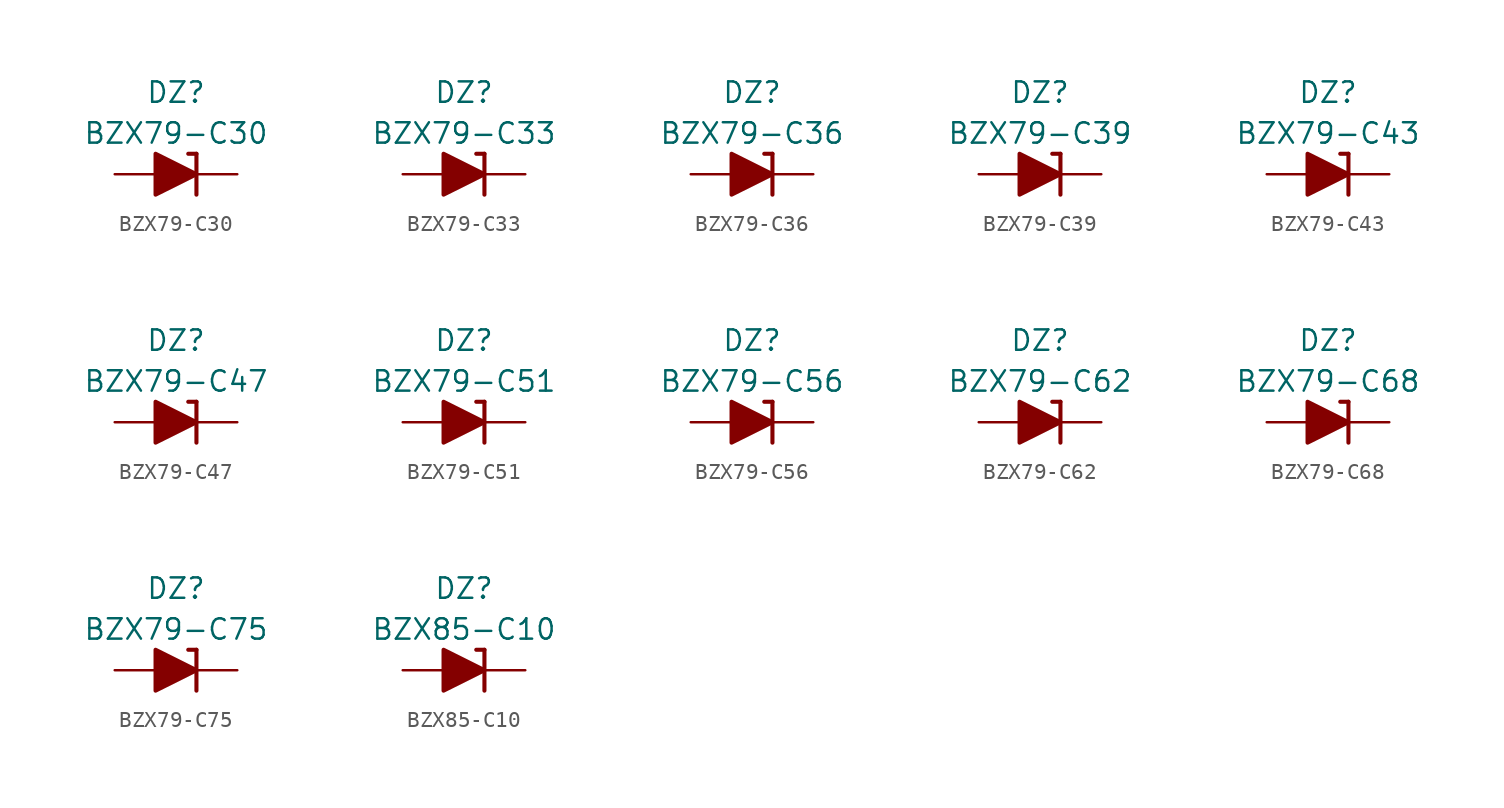
<source format=kicad_sym>
(kicad_symbol_lib
  (version 20211014)
  (generator kicad_symbol_editor)
  (symbol "BZX79-C30"
    (pin_numbers hide)
    (pin_names
      (offset 1.016) hide)
    (property "Reference" "DZ"
      (at 0 5.08 0)
      (effects (font (size 1.27 1.27))))
    (property "Value" "BZX79-C30"
      (at 0 2.54 0)
      (effects (font (size 1.27 1.27))))
    (symbol "BZX79-C30_0_1"
      (polyline (pts (xy -1.27 0) (xy 1.27 0)) (stroke (width 0) (type default) (color 0 0 0 0)) (fill (type none)))
      (polyline (pts (xy 1.27 1.27) (xy 0.762 1.27)) (stroke (width 0.254) (type default) (color 0 0 0 0)) (fill (type none)))
      (polyline (pts (xy 1.27 1.27) (xy 1.27 -1.27)) (stroke (width 0.254) (type default) (color 0 0 0 0)) (fill (type none)))
      (polyline (pts (xy -1.27 -1.27) (xy -1.27 1.27) (xy 1.27 0) (xy -1.27 -1.27)) (stroke (width 0.254) (type default) (color 0 0 0 0)) (fill (type outline))))
    (symbol "BZX79-C30_1_1"
      (pin passive line (at 3.81 0 180) (length 2.54) (name "K" (effects (font (size 1.27 1.27)))) (number "1" (effects (font (size 1.27 1.27)))))
      (pin passive line (at -3.81 0 0) (length 2.54) (name "A" (effects (font (size 1.27 1.27)))) (number "2" (effects (font (size 1.27 1.27)))))))
  (symbol "BZX79-C33"
    (pin_numbers hide)
    (pin_names
      (offset 1.016) hide)
    (property "Reference" "DZ"
      (at 0 5.08 0)
      (effects (font (size 1.27 1.27))))
    (property "Value" "BZX79-C33"
      (at 0 2.54 0)
      (effects (font (size 1.27 1.27))))
    (symbol "BZX79-C33_0_1"
      (polyline (pts (xy -1.27 0) (xy 1.27 0)) (stroke (width 0) (type default) (color 0 0 0 0)) (fill (type none)))
      (polyline (pts (xy 1.27 1.27) (xy 0.762 1.27)) (stroke (width 0.254) (type default) (color 0 0 0 0)) (fill (type none)))
      (polyline (pts (xy 1.27 1.27) (xy 1.27 -1.27)) (stroke (width 0.254) (type default) (color 0 0 0 0)) (fill (type none)))
      (polyline (pts (xy -1.27 -1.27) (xy -1.27 1.27) (xy 1.27 0) (xy -1.27 -1.27)) (stroke (width 0.254) (type default) (color 0 0 0 0)) (fill (type outline))))
    (symbol "BZX79-C33_1_1"
      (pin passive line (at 3.81 0 180) (length 2.54) (name "K" (effects (font (size 1.27 1.27)))) (number "1" (effects (font (size 1.27 1.27)))))
      (pin passive line (at -3.81 0 0) (length 2.54) (name "A" (effects (font (size 1.27 1.27)))) (number "2" (effects (font (size 1.27 1.27)))))))
  (symbol "BZX79-C36"
    (pin_numbers hide)
    (pin_names
      (offset 1.016) hide)
    (property "Reference" "DZ"
      (at 0 5.08 0)
      (effects (font (size 1.27 1.27))))
    (property "Value" "BZX79-C36"
      (at 0 2.54 0)
      (effects (font (size 1.27 1.27))))
    (symbol "BZX79-C36_0_1"
      (polyline (pts (xy -1.27 0) (xy 1.27 0)) (stroke (width 0) (type default) (color 0 0 0 0)) (fill (type none)))
      (polyline (pts (xy 1.27 1.27) (xy 0.762 1.27)) (stroke (width 0.254) (type default) (color 0 0 0 0)) (fill (type none)))
      (polyline (pts (xy 1.27 1.27) (xy 1.27 -1.27)) (stroke (width 0.254) (type default) (color 0 0 0 0)) (fill (type none)))
      (polyline (pts (xy -1.27 -1.27) (xy -1.27 1.27) (xy 1.27 0) (xy -1.27 -1.27)) (stroke (width 0.254) (type default) (color 0 0 0 0)) (fill (type outline))))
    (symbol "BZX79-C36_1_1"
      (pin passive line (at 3.81 0 180) (length 2.54) (name "K" (effects (font (size 1.27 1.27)))) (number "1" (effects (font (size 1.27 1.27)))))
      (pin passive line (at -3.81 0 0) (length 2.54) (name "A" (effects (font (size 1.27 1.27)))) (number "2" (effects (font (size 1.27 1.27)))))))
  (symbol "BZX79-C39"
    (pin_numbers hide)
    (pin_names
      (offset 1.016) hide)
    (property "Reference" "DZ"
      (at 0 5.08 0)
      (effects (font (size 1.27 1.27))))
    (property "Value" "BZX79-C39"
      (at 0 2.54 0)
      (effects (font (size 1.27 1.27))))
    (symbol "BZX79-C39_0_1"
      (polyline (pts (xy -1.27 0) (xy 1.27 0)) (stroke (width 0) (type default) (color 0 0 0 0)) (fill (type none)))
      (polyline (pts (xy 1.27 1.27) (xy 0.762 1.27)) (stroke (width 0.254) (type default) (color 0 0 0 0)) (fill (type none)))
      (polyline (pts (xy 1.27 1.27) (xy 1.27 -1.27)) (stroke (width 0.254) (type default) (color 0 0 0 0)) (fill (type none)))
      (polyline (pts (xy -1.27 -1.27) (xy -1.27 1.27) (xy 1.27 0) (xy -1.27 -1.27)) (stroke (width 0.254) (type default) (color 0 0 0 0)) (fill (type outline))))
    (symbol "BZX79-C39_1_1"
      (pin passive line (at 3.81 0 180) (length 2.54) (name "K" (effects (font (size 1.27 1.27)))) (number "1" (effects (font (size 1.27 1.27)))))
      (pin passive line (at -3.81 0 0) (length 2.54) (name "A" (effects (font (size 1.27 1.27)))) (number "2" (effects (font (size 1.27 1.27)))))))
  (symbol "BZX79-C43"
    (pin_numbers hide)
    (pin_names
      (offset 1.016) hide)
    (property "Reference" "DZ"
      (at 0 5.08 0)
      (effects (font (size 1.27 1.27))))
    (property "Value" "BZX79-C43"
      (at 0 2.54 0)
      (effects (font (size 1.27 1.27))))
    (symbol "BZX79-C43_0_1"
      (polyline (pts (xy -1.27 0) (xy 1.27 0)) (stroke (width 0) (type default) (color 0 0 0 0)) (fill (type none)))
      (polyline (pts (xy 1.27 1.27) (xy 0.762 1.27)) (stroke (width 0.254) (type default) (color 0 0 0 0)) (fill (type none)))
      (polyline (pts (xy 1.27 1.27) (xy 1.27 -1.27)) (stroke (width 0.254) (type default) (color 0 0 0 0)) (fill (type none)))
      (polyline (pts (xy -1.27 -1.27) (xy -1.27 1.27) (xy 1.27 0) (xy -1.27 -1.27)) (stroke (width 0.254) (type default) (color 0 0 0 0)) (fill (type outline))))
    (symbol "BZX79-C43_1_1"
      (pin passive line (at 3.81 0 180) (length 2.54) (name "K" (effects (font (size 1.27 1.27)))) (number "1" (effects (font (size 1.27 1.27)))))
      (pin passive line (at -3.81 0 0) (length 2.54) (name "A" (effects (font (size 1.27 1.27)))) (number "2" (effects (font (size 1.27 1.27)))))))
  (symbol "BZX79-C47"
    (pin_numbers hide)
    (pin_names
      (offset 1.016) hide)
    (property "Reference" "DZ"
      (at 0 5.08 0)
      (effects (font (size 1.27 1.27))))
    (property "Value" "BZX79-C47"
      (at 0 2.54 0)
      (effects (font (size 1.27 1.27))))
    (symbol "BZX79-C47_0_1"
      (polyline (pts (xy -1.27 0) (xy 1.27 0)) (stroke (width 0) (type default) (color 0 0 0 0)) (fill (type none)))
      (polyline (pts (xy 1.27 1.27) (xy 0.762 1.27)) (stroke (width 0.254) (type default) (color 0 0 0 0)) (fill (type none)))
      (polyline (pts (xy 1.27 1.27) (xy 1.27 -1.27)) (stroke (width 0.254) (type default) (color 0 0 0 0)) (fill (type none)))
      (polyline (pts (xy -1.27 -1.27) (xy -1.27 1.27) (xy 1.27 0) (xy -1.27 -1.27)) (stroke (width 0.254) (type default) (color 0 0 0 0)) (fill (type outline))))
    (symbol "BZX79-C47_1_1"
      (pin passive line (at 3.81 0 180) (length 2.54) (name "K" (effects (font (size 1.27 1.27)))) (number "1" (effects (font (size 1.27 1.27)))))
      (pin passive line (at -3.81 0 0) (length 2.54) (name "A" (effects (font (size 1.27 1.27)))) (number "2" (effects (font (size 1.27 1.27)))))))
  (symbol "BZX79-C51"
    (pin_numbers hide)
    (pin_names
      (offset 1.016) hide)
    (property "Reference" "DZ"
      (at 0 5.08 0)
      (effects (font (size 1.27 1.27))))
    (property "Value" "BZX79-C51"
      (at 0 2.54 0)
      (effects (font (size 1.27 1.27))))
    (symbol "BZX79-C51_0_1"
      (polyline (pts (xy -1.27 0) (xy 1.27 0)) (stroke (width 0) (type default) (color 0 0 0 0)) (fill (type none)))
      (polyline (pts (xy 1.27 1.27) (xy 0.762 1.27)) (stroke (width 0.254) (type default) (color 0 0 0 0)) (fill (type none)))
      (polyline (pts (xy 1.27 1.27) (xy 1.27 -1.27)) (stroke (width 0.254) (type default) (color 0 0 0 0)) (fill (type none)))
      (polyline (pts (xy -1.27 -1.27) (xy -1.27 1.27) (xy 1.27 0) (xy -1.27 -1.27)) (stroke (width 0.254) (type default) (color 0 0 0 0)) (fill (type outline))))
    (symbol "BZX79-C51_1_1"
      (pin passive line (at 3.81 0 180) (length 2.54) (name "K" (effects (font (size 1.27 1.27)))) (number "1" (effects (font (size 1.27 1.27)))))
      (pin passive line (at -3.81 0 0) (length 2.54) (name "A" (effects (font (size 1.27 1.27)))) (number "2" (effects (font (size 1.27 1.27)))))))
  (symbol "BZX79-C56"
    (pin_numbers hide)
    (pin_names
      (offset 1.016) hide)
    (property "Reference" "DZ"
      (at 0 5.08 0)
      (effects (font (size 1.27 1.27))))
    (property "Value" "BZX79-C56"
      (at 0 2.54 0)
      (effects (font (size 1.27 1.27))))
    (symbol "BZX79-C56_0_1"
      (polyline (pts (xy -1.27 0) (xy 1.27 0)) (stroke (width 0) (type default) (color 0 0 0 0)) (fill (type none)))
      (polyline (pts (xy 1.27 1.27) (xy 0.762 1.27)) (stroke (width 0.254) (type default) (color 0 0 0 0)) (fill (type none)))
      (polyline (pts (xy 1.27 1.27) (xy 1.27 -1.27)) (stroke (width 0.254) (type default) (color 0 0 0 0)) (fill (type none)))
      (polyline (pts (xy -1.27 -1.27) (xy -1.27 1.27) (xy 1.27 0) (xy -1.27 -1.27)) (stroke (width 0.254) (type default) (color 0 0 0 0)) (fill (type outline))))
    (symbol "BZX79-C56_1_1"
      (pin passive line (at 3.81 0 180) (length 2.54) (name "K" (effects (font (size 1.27 1.27)))) (number "1" (effects (font (size 1.27 1.27)))))
      (pin passive line (at -3.81 0 0) (length 2.54) (name "A" (effects (font (size 1.27 1.27)))) (number "2" (effects (font (size 1.27 1.27)))))))
  (symbol "BZX79-C62"
    (pin_numbers hide)
    (pin_names
      (offset 1.016) hide)
    (property "Reference" "DZ"
      (at 0 5.08 0)
      (effects (font (size 1.27 1.27))))
    (property "Value" "BZX79-C62"
      (at 0 2.54 0)
      (effects (font (size 1.27 1.27))))
    (symbol "BZX79-C62_0_1"
      (polyline (pts (xy -1.27 0) (xy 1.27 0)) (stroke (width 0) (type default) (color 0 0 0 0)) (fill (type none)))
      (polyline (pts (xy 1.27 1.27) (xy 0.762 1.27)) (stroke (width 0.254) (type default) (color 0 0 0 0)) (fill (type none)))
      (polyline (pts (xy 1.27 1.27) (xy 1.27 -1.27)) (stroke (width 0.254) (type default) (color 0 0 0 0)) (fill (type none)))
      (polyline (pts (xy -1.27 -1.27) (xy -1.27 1.27) (xy 1.27 0) (xy -1.27 -1.27)) (stroke (width 0.254) (type default) (color 0 0 0 0)) (fill (type outline))))
    (symbol "BZX79-C62_1_1"
      (pin passive line (at 3.81 0 180) (length 2.54) (name "K" (effects (font (size 1.27 1.27)))) (number "1" (effects (font (size 1.27 1.27)))))
      (pin passive line (at -3.81 0 0) (length 2.54) (name "A" (effects (font (size 1.27 1.27)))) (number "2" (effects (font (size 1.27 1.27)))))))
  (symbol "BZX79-C68"
    (pin_numbers hide)
    (pin_names
      (offset 1.016) hide)
    (property "Reference" "DZ"
      (at 0 5.08 0)
      (effects (font (size 1.27 1.27))))
    (property "Value" "BZX79-C68"
      (at 0 2.54 0)
      (effects (font (size 1.27 1.27))))
    (symbol "BZX79-C68_0_1"
      (polyline (pts (xy -1.27 0) (xy 1.27 0)) (stroke (width 0) (type default) (color 0 0 0 0)) (fill (type none)))
      (polyline (pts (xy 1.27 1.27) (xy 0.762 1.27)) (stroke (width 0.254) (type default) (color 0 0 0 0)) (fill (type none)))
      (polyline (pts (xy 1.27 1.27) (xy 1.27 -1.27)) (stroke (width 0.254) (type default) (color 0 0 0 0)) (fill (type none)))
      (polyline (pts (xy -1.27 -1.27) (xy -1.27 1.27) (xy 1.27 0) (xy -1.27 -1.27)) (stroke (width 0.254) (type default) (color 0 0 0 0)) (fill (type outline))))
    (symbol "BZX79-C68_1_1"
      (pin passive line (at 3.81 0 180) (length 2.54) (name "K" (effects (font (size 1.27 1.27)))) (number "1" (effects (font (size 1.27 1.27)))))
      (pin passive line (at -3.81 0 0) (length 2.54) (name "A" (effects (font (size 1.27 1.27)))) (number "2" (effects (font (size 1.27 1.27)))))))
  (symbol "BZX79-C75"
    (pin_numbers hide)
    (pin_names
      (offset 1.016) hide)
    (property "Reference" "DZ"
      (at 0 5.08 0)
      (effects (font (size 1.27 1.27))))
    (property "Value" "BZX79-C75"
      (at 0 2.54 0)
      (effects (font (size 1.27 1.27))))
    (symbol "BZX79-C75_0_1"
      (polyline (pts (xy -1.27 0) (xy 1.27 0)) (stroke (width 0) (type default) (color 0 0 0 0)) (fill (type none)))
      (polyline (pts (xy 1.27 1.27) (xy 0.762 1.27)) (stroke (width 0.254) (type default) (color 0 0 0 0)) (fill (type none)))
      (polyline (pts (xy 1.27 1.27) (xy 1.27 -1.27)) (stroke (width 0.254) (type default) (color 0 0 0 0)) (fill (type none)))
      (polyline (pts (xy -1.27 -1.27) (xy -1.27 1.27) (xy 1.27 0) (xy -1.27 -1.27)) (stroke (width 0.254) (type default) (color 0 0 0 0)) (fill (type outline))))
    (symbol "BZX79-C75_1_1"
      (pin passive line (at 3.81 0 180) (length 2.54) (name "K" (effects (font (size 1.27 1.27)))) (number "1" (effects (font (size 1.27 1.27)))))
      (pin passive line (at -3.81 0 0) (length 2.54) (name "A" (effects (font (size 1.27 1.27)))) (number "2" (effects (font (size 1.27 1.27)))))))
  (symbol "BZX85-C10"
    (pin_numbers hide)
    (pin_names
      (offset 1.016) hide)
    (property "Reference" "DZ"
      (at 0 5.08 0)
      (effects (font (size 1.27 1.27))))
    (property "Value" "BZX85-C10"
      (at 0 2.54 0)
      (effects (font (size 1.27 1.27))))
    (symbol "BZX85-C10_0_1"
      (polyline (pts (xy -1.27 0) (xy 1.27 0)) (stroke (width 0) (type default) (color 0 0 0 0)) (fill (type none)))
      (polyline (pts (xy 1.27 1.27) (xy 0.762 1.27)) (stroke (width 0.254) (type default) (color 0 0 0 0)) (fill (type none)))
      (polyline (pts (xy 1.27 1.27) (xy 1.27 -1.27)) (stroke (width 0.254) (type default) (color 0 0 0 0)) (fill (type none)))
      (polyline (pts (xy -1.27 -1.27) (xy -1.27 1.27) (xy 1.27 0) (xy -1.27 -1.27)) (stroke (width 0.254) (type default) (color 0 0 0 0)) (fill (type outline))))
    (symbol "BZX85-C10_1_1"
      (pin passive line (at 3.81 0 180) (length 2.54) (name "K" (effects (font (size 1.27 1.27)))) (number "1" (effects (font (size 1.27 1.27)))))
      (pin passive line (at -3.81 0 0) (length 2.54) (name "A" (effects (font (size 1.27 1.27)))) (number "2" (effects (font (size 1.27 1.27))))))))
</source>
